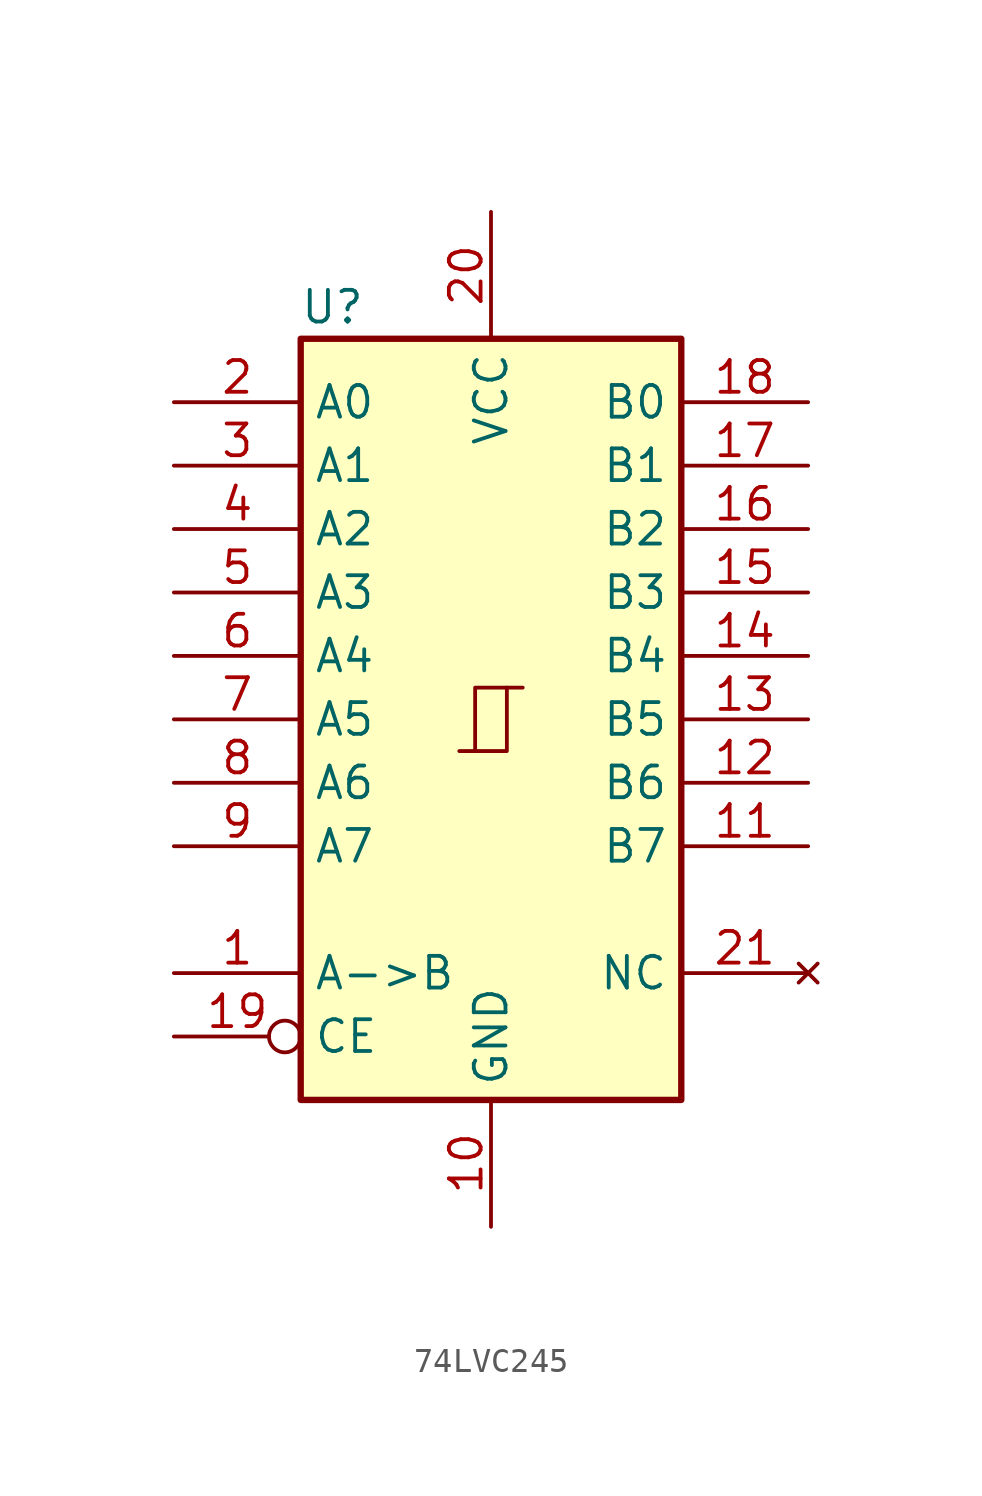
<source format=kicad_sym>
(kicad_symbol_lib
  (version 20220914)
  (generator kicad_symbol_editor)
  (symbol "74LVC245"
    (property "Reference" "U"
      (at -6.35 15.24 0)
      (effects (font (size 1.27 1.27))))
    (property "Value" ""
      (at 0 2.54 0)
      (effects (font (size 1.27 1.27))))
    (symbol "74LVC245_1_0"
      (polyline (pts (xy -0.635 -2.54) (xy -0.635 0) (xy 0.635 0)) (stroke (width 0) (type default)) (fill (type none)))
      (polyline (pts (xy -1.27 -2.54) (xy 0.635 -2.54) (xy 0.635 0) (xy 1.27 0)) (stroke (width 0) (type default)) (fill (type none)))
      (pin input line (at -12.7 -11.43 0) (length 5.08) (name "A->B" (effects (font (size 1.27 1.27)))) (number "1" (effects (font (size 1.27 1.27)))))
      (pin power_in line (at 0 -21.59 90) (length 5.08) (name "GND" (effects (font (size 1.27 1.27)))) (number "10" (effects (font (size 1.27 1.27)))))
      (pin tri_state line (at 12.7 -6.35 180) (length 5.08) (name "B7" (effects (font (size 1.27 1.27)))) (number "11" (effects (font (size 1.27 1.27)))))
      (pin tri_state line (at 12.7 -3.81 180) (length 5.08) (name "B6" (effects (font (size 1.27 1.27)))) (number "12" (effects (font (size 1.27 1.27)))))
      (pin tri_state line (at 12.7 -1.27 180) (length 5.08) (name "B5" (effects (font (size 1.27 1.27)))) (number "13" (effects (font (size 1.27 1.27)))))
      (pin tri_state line (at 12.7 1.27 180) (length 5.08) (name "B4" (effects (font (size 1.27 1.27)))) (number "14" (effects (font (size 1.27 1.27)))))
      (pin tri_state line (at 12.7 3.81 180) (length 5.08) (name "B3" (effects (font (size 1.27 1.27)))) (number "15" (effects (font (size 1.27 1.27)))))
      (pin tri_state line (at 12.7 6.35 180) (length 5.08) (name "B2" (effects (font (size 1.27 1.27)))) (number "16" (effects (font (size 1.27 1.27)))))
      (pin tri_state line (at 12.7 8.89 180) (length 5.08) (name "B1" (effects (font (size 1.27 1.27)))) (number "17" (effects (font (size 1.27 1.27)))))
      (pin tri_state line (at 12.7 11.43 180) (length 5.08) (name "B0" (effects (font (size 1.27 1.27)))) (number "18" (effects (font (size 1.27 1.27)))))
      (pin input inverted (at -12.7 -13.97 0) (length 5.08) (name "CE" (effects (font (size 1.27 1.27)))) (number "19" (effects (font (size 1.27 1.27)))))
      (pin tri_state line (at -12.7 11.43 0) (length 5.08) (name "A0" (effects (font (size 1.27 1.27)))) (number "2" (effects (font (size 1.27 1.27)))))
      (pin power_in line (at 0 19.05 270) (length 5.08) (name "VCC" (effects (font (size 1.27 1.27)))) (number "20" (effects (font (size 1.27 1.27)))))
      (pin no_connect line (at 12.7 -11.43 180) (length 5.08) (name "NC" (effects (font (size 1.27 1.27)))) (number "21" (effects (font (size 1.27 1.27)))))
      (pin tri_state line (at -12.7 8.89 0) (length 5.08) (name "A1" (effects (font (size 1.27 1.27)))) (number "3" (effects (font (size 1.27 1.27)))))
      (pin tri_state line (at -12.7 6.35 0) (length 5.08) (name "A2" (effects (font (size 1.27 1.27)))) (number "4" (effects (font (size 1.27 1.27)))))
      (pin tri_state line (at -12.7 3.81 0) (length 5.08) (name "A3" (effects (font (size 1.27 1.27)))) (number "5" (effects (font (size 1.27 1.27)))))
      (pin tri_state line (at -12.7 1.27 0) (length 5.08) (name "A4" (effects (font (size 1.27 1.27)))) (number "6" (effects (font (size 1.27 1.27)))))
      (pin tri_state line (at -12.7 -1.27 0) (length 5.08) (name "A5" (effects (font (size 1.27 1.27)))) (number "7" (effects (font (size 1.27 1.27)))))
      (pin tri_state line (at -12.7 -3.81 0) (length 5.08) (name "A6" (effects (font (size 1.27 1.27)))) (number "8" (effects (font (size 1.27 1.27)))))
      (pin tri_state line (at -12.7 -6.35 0) (length 5.08) (name "A7" (effects (font (size 1.27 1.27)))) (number "9" (effects (font (size 1.27 1.27))))))
    (symbol "74LVC245_1_1"
      (rectangle (start -7.62 13.97) (end 7.62 -16.51) (stroke (width 0.254) (type default)) (fill (type background))))))
</source>
